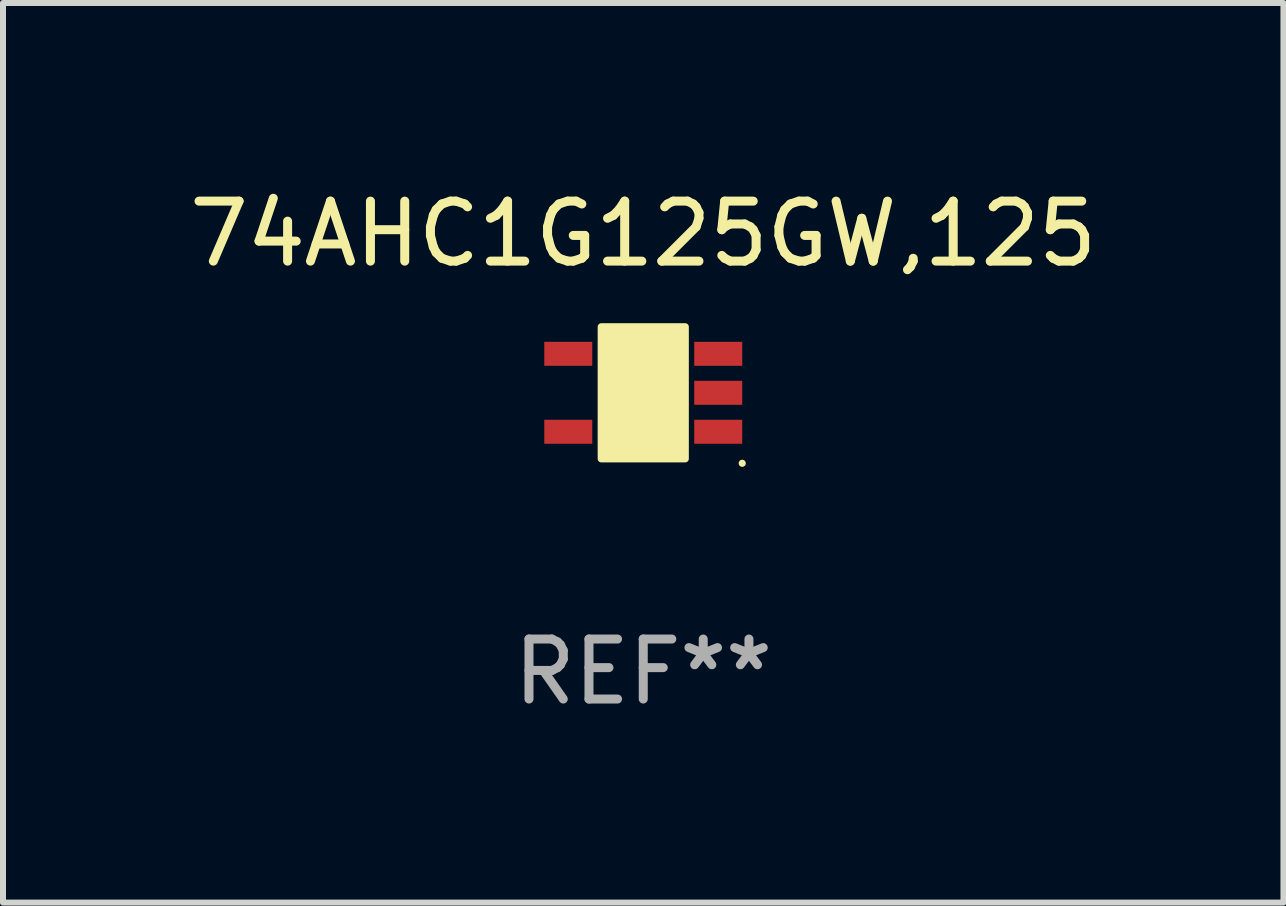
<source format=kicad_pcb>
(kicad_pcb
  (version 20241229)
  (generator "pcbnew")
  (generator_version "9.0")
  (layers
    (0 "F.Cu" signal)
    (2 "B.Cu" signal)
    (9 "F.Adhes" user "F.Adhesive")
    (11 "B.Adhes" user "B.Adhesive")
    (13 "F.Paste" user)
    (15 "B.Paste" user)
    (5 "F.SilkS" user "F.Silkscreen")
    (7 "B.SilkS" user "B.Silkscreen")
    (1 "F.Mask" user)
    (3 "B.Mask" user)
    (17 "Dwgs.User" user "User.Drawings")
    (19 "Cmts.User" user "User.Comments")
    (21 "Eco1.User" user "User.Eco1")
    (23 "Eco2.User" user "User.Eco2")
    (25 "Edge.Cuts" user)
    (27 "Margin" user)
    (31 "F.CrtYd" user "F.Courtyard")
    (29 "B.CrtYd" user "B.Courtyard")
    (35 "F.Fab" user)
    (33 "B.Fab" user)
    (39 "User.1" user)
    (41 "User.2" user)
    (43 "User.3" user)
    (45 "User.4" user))
  (footprint "74AHC1G125GW,125"
    (layer "F.Cu")
    (at 7.673 3.498)
    (property "Reference" "74AHC1G125GW,125" (at 0 -2.65 0) (layer "F.SilkS") (effects (font (size 1 1) (thickness 0.15))))
    (attr through_hole)
    (fp_arc (start 0.381001 0.637541) (mid 0.380995 0.636271) (end 0.381001 0.635001) (stroke (width 0.24892) (type solid)) (layer "F.SilkS"))
    (fp_circle (center 1.65 1.175) (end 1.68 1.175) (stroke (width 0.06) (type solid)) (fill no) (layer "F.SilkS"))
    (fp_poly (pts (xy -0.7 -1.1) (xy 0.7 -1.1) (xy 0.7 1.1) (xy -0.7 1.1)) (stroke (width 0.12) (type solid)) (fill yes) (layer "F.SilkS"))
    (fp_text user "REF**" (at 0 4.65 0) (layer "F.Fab") (effects (font (size 1 1) (thickness 0.15))))
    (pad "1" smd rect (at 1.25 0.65 270) (size 0.4 0.8) (layers "F.Cu" "F.Mask" "F.Paste"))
    (pad "2" smd rect (at 1.25 0 270) (size 0.4 0.8) (layers "F.Cu" "F.Mask" "F.Paste"))
    (pad "3" smd rect (at 1.25 -0.65 270) (size 0.4 0.8) (layers "F.Cu" "F.Mask" "F.Paste"))
    (pad "4" smd rect (at -1.25 -0.65 270) (size 0.4 0.8) (layers "F.Cu" "F.Mask" "F.Paste"))
    (pad "5" smd rect (at -1.25 0.65 270) (size 0.4 0.8) (layers "F.Cu" "F.Mask" "F.Paste")))
  (gr_rect
    (start -3 -3)
    (end 18.345 11.996)
    (stroke (width 0.1) (type default))
    (fill no)
    (layer "Edge.Cuts")))
</source>
